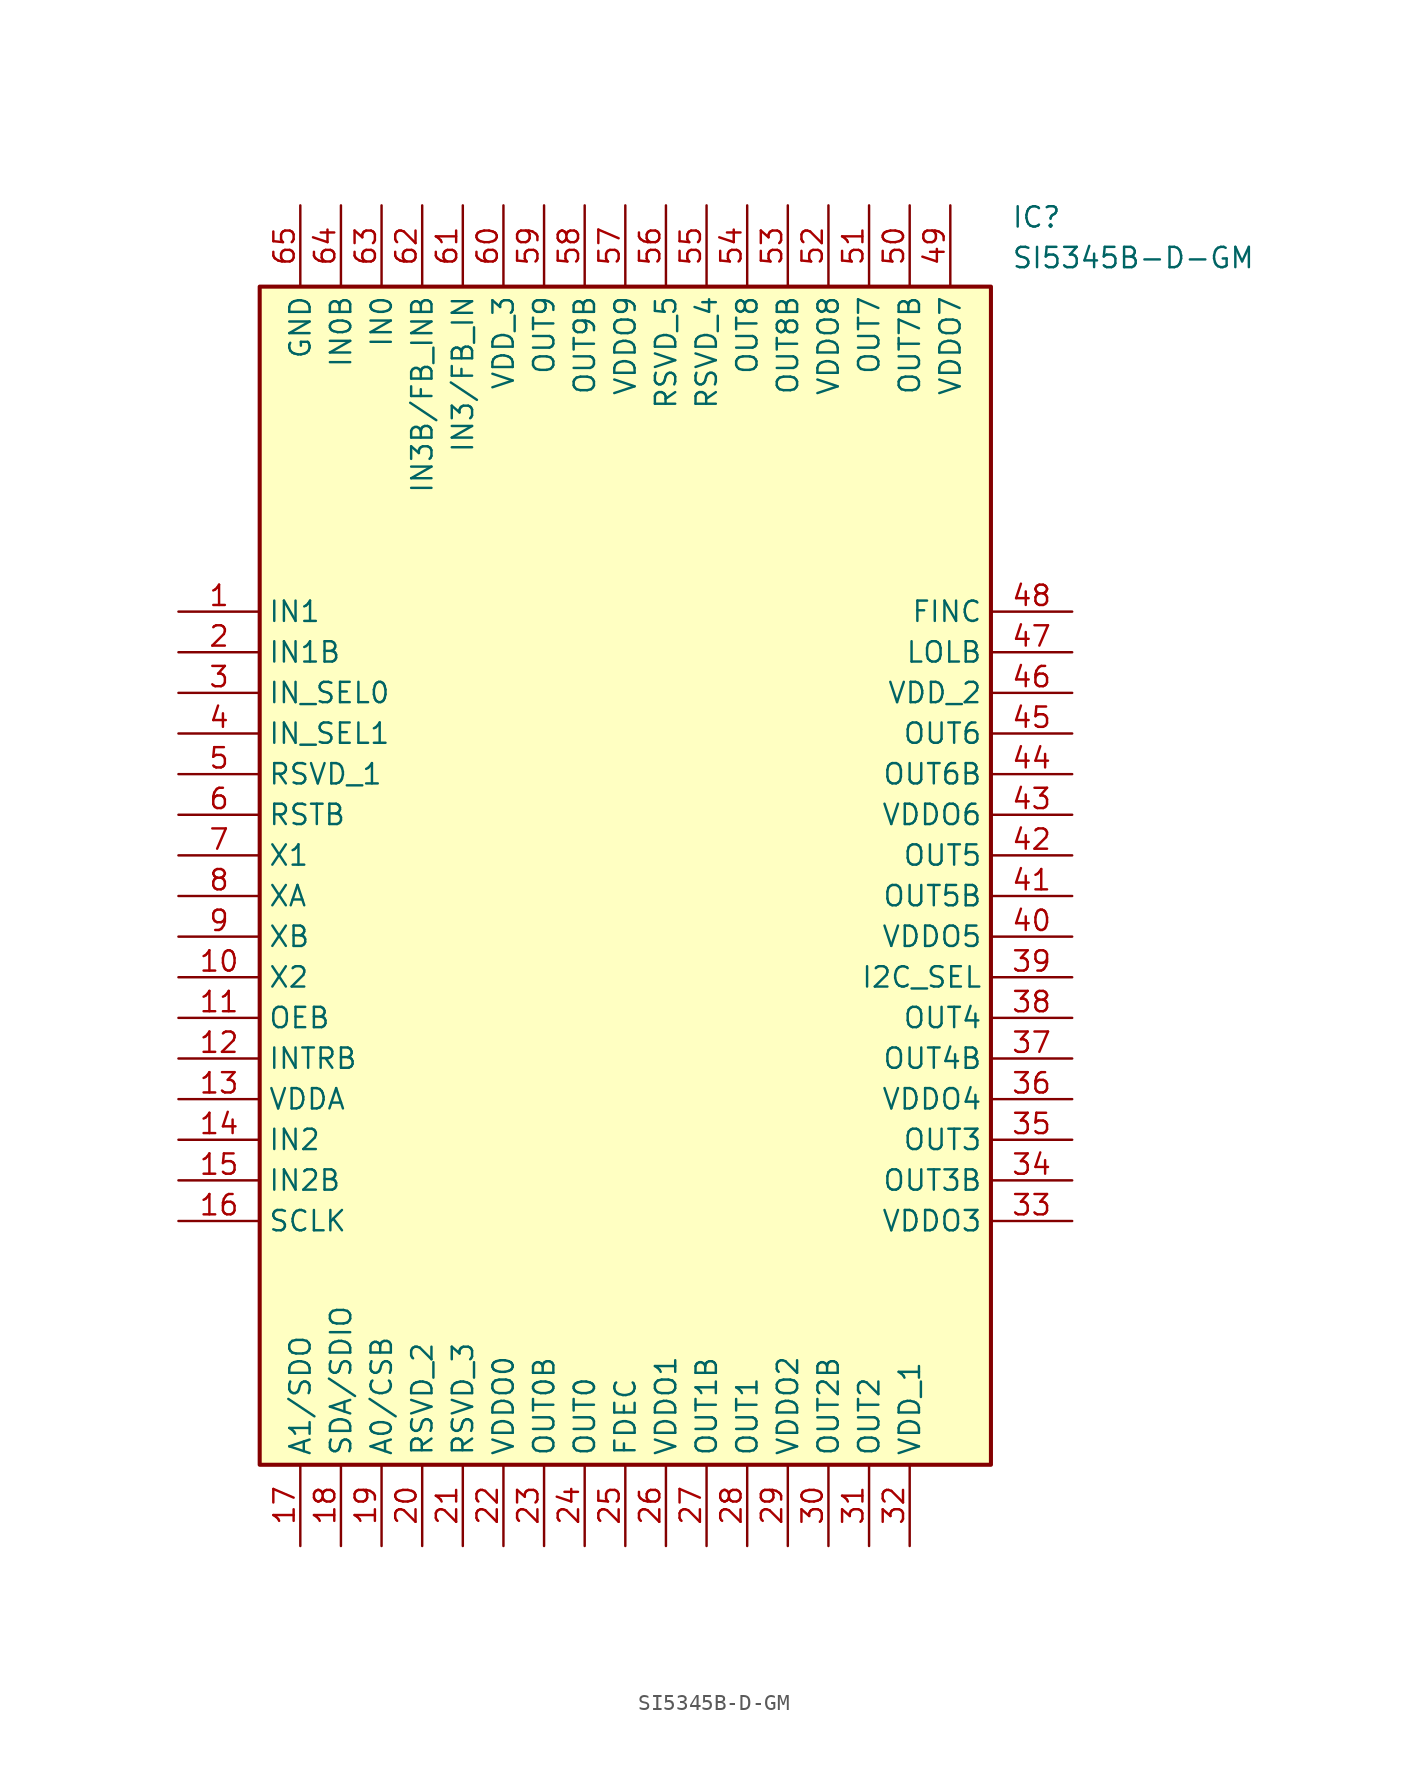
<source format=kicad_sym>
(kicad_symbol_lib
  (version 20211014)
  (generator SamacSys_ECAD_Model)
  (symbol "SI5345B-D-GM"
    (property "Reference" "IC"
      (at 52.07 25.4 0)
      (effects (font (size 1.27 1.27)) (justify left top)))
    (property "Value" "SI5345B-D-GM"
      (at 52.07 22.86 0)
      (effects (font (size 1.27 1.27)) (justify left top)))
    (rectangle
      (start 5.08 20.32)
      (end 50.8 -53.34)
      (stroke (width 0.254) (type default))
      (fill (type background)))
    (pin passive line
      (at 0 0 0)
      (length 5.08)
      (name "IN1" (effects (font (size 1.27 1.27))))
      (number "1" (effects (font (size 1.27 1.27)))))
    (pin passive line
      (at 0 -2.54 0)
      (length 5.08)
      (name "IN1B" (effects (font (size 1.27 1.27))))
      (number "2" (effects (font (size 1.27 1.27)))))
    (pin passive line
      (at 0 -5.08 0)
      (length 5.08)
      (name "IN_SEL0" (effects (font (size 1.27 1.27))))
      (number "3" (effects (font (size 1.27 1.27)))))
    (pin passive line
      (at 0 -7.62 0)
      (length 5.08)
      (name "IN_SEL1" (effects (font (size 1.27 1.27))))
      (number "4" (effects (font (size 1.27 1.27)))))
    (pin passive line
      (at 0 -10.16 0)
      (length 5.08)
      (name "RSVD_1" (effects (font (size 1.27 1.27))))
      (number "5" (effects (font (size 1.27 1.27)))))
    (pin passive line
      (at 0 -12.7 0)
      (length 5.08)
      (name "RSTB" (effects (font (size 1.27 1.27))))
      (number "6" (effects (font (size 1.27 1.27)))))
    (pin passive line
      (at 0 -15.24 0)
      (length 5.08)
      (name "X1" (effects (font (size 1.27 1.27))))
      (number "7" (effects (font (size 1.27 1.27)))))
    (pin passive line
      (at 0 -17.78 0)
      (length 5.08)
      (name "XA" (effects (font (size 1.27 1.27))))
      (number "8" (effects (font (size 1.27 1.27)))))
    (pin passive line
      (at 0 -20.32 0)
      (length 5.08)
      (name "XB" (effects (font (size 1.27 1.27))))
      (number "9" (effects (font (size 1.27 1.27)))))
    (pin passive line
      (at 0 -22.86 0)
      (length 5.08)
      (name "X2" (effects (font (size 1.27 1.27))))
      (number "10" (effects (font (size 1.27 1.27)))))
    (pin passive line
      (at 0 -25.4 0)
      (length 5.08)
      (name "OEB" (effects (font (size 1.27 1.27))))
      (number "11" (effects (font (size 1.27 1.27)))))
    (pin passive line
      (at 0 -27.94 0)
      (length 5.08)
      (name "INTRB" (effects (font (size 1.27 1.27))))
      (number "12" (effects (font (size 1.27 1.27)))))
    (pin passive line
      (at 0 -30.48 0)
      (length 5.08)
      (name "VDDA" (effects (font (size 1.27 1.27))))
      (number "13" (effects (font (size 1.27 1.27)))))
    (pin passive line
      (at 0 -33.02 0)
      (length 5.08)
      (name "IN2" (effects (font (size 1.27 1.27))))
      (number "14" (effects (font (size 1.27 1.27)))))
    (pin passive line
      (at 0 -35.56 0)
      (length 5.08)
      (name "IN2B" (effects (font (size 1.27 1.27))))
      (number "15" (effects (font (size 1.27 1.27)))))
    (pin passive line
      (at 0 -38.1 0)
      (length 5.08)
      (name "SCLK" (effects (font (size 1.27 1.27))))
      (number "16" (effects (font (size 1.27 1.27)))))
    (pin passive line
      (at 7.62 -58.42 90)
      (length 5.08)
      (name "A1/SDO" (effects (font (size 1.27 1.27))))
      (number "17" (effects (font (size 1.27 1.27)))))
    (pin passive line
      (at 10.16 -58.42 90)
      (length 5.08)
      (name "SDA/SDIO" (effects (font (size 1.27 1.27))))
      (number "18" (effects (font (size 1.27 1.27)))))
    (pin passive line
      (at 12.7 -58.42 90)
      (length 5.08)
      (name "A0/CSB" (effects (font (size 1.27 1.27))))
      (number "19" (effects (font (size 1.27 1.27)))))
    (pin passive line
      (at 15.24 -58.42 90)
      (length 5.08)
      (name "RSVD_2" (effects (font (size 1.27 1.27))))
      (number "20" (effects (font (size 1.27 1.27)))))
    (pin passive line
      (at 17.78 -58.42 90)
      (length 5.08)
      (name "RSVD_3" (effects (font (size 1.27 1.27))))
      (number "21" (effects (font (size 1.27 1.27)))))
    (pin passive line
      (at 20.32 -58.42 90)
      (length 5.08)
      (name "VDDO0" (effects (font (size 1.27 1.27))))
      (number "22" (effects (font (size 1.27 1.27)))))
    (pin passive line
      (at 22.86 -58.42 90)
      (length 5.08)
      (name "OUT0B" (effects (font (size 1.27 1.27))))
      (number "23" (effects (font (size 1.27 1.27)))))
    (pin passive line
      (at 25.4 -58.42 90)
      (length 5.08)
      (name "OUT0" (effects (font (size 1.27 1.27))))
      (number "24" (effects (font (size 1.27 1.27)))))
    (pin passive line
      (at 27.94 -58.42 90)
      (length 5.08)
      (name "FDEC" (effects (font (size 1.27 1.27))))
      (number "25" (effects (font (size 1.27 1.27)))))
    (pin passive line
      (at 30.48 -58.42 90)
      (length 5.08)
      (name "VDDO1" (effects (font (size 1.27 1.27))))
      (number "26" (effects (font (size 1.27 1.27)))))
    (pin passive line
      (at 33.02 -58.42 90)
      (length 5.08)
      (name "OUT1B" (effects (font (size 1.27 1.27))))
      (number "27" (effects (font (size 1.27 1.27)))))
    (pin passive line
      (at 35.56 -58.42 90)
      (length 5.08)
      (name "OUT1" (effects (font (size 1.27 1.27))))
      (number "28" (effects (font (size 1.27 1.27)))))
    (pin passive line
      (at 38.1 -58.42 90)
      (length 5.08)
      (name "VDDO2" (effects (font (size 1.27 1.27))))
      (number "29" (effects (font (size 1.27 1.27)))))
    (pin passive line
      (at 40.64 -58.42 90)
      (length 5.08)
      (name "OUT2B" (effects (font (size 1.27 1.27))))
      (number "30" (effects (font (size 1.27 1.27)))))
    (pin passive line
      (at 43.18 -58.42 90)
      (length 5.08)
      (name "OUT2" (effects (font (size 1.27 1.27))))
      (number "31" (effects (font (size 1.27 1.27)))))
    (pin passive line
      (at 45.72 -58.42 90)
      (length 5.08)
      (name "VDD_1" (effects (font (size 1.27 1.27))))
      (number "32" (effects (font (size 1.27 1.27)))))
    (pin passive line
      (at 55.88 0 180)
      (length 5.08)
      (name "FINC" (effects (font (size 1.27 1.27))))
      (number "48" (effects (font (size 1.27 1.27)))))
    (pin passive line
      (at 55.88 -2.54 180)
      (length 5.08)
      (name "LOLB" (effects (font (size 1.27 1.27))))
      (number "47" (effects (font (size 1.27 1.27)))))
    (pin passive line
      (at 55.88 -5.08 180)
      (length 5.08)
      (name "VDD_2" (effects (font (size 1.27 1.27))))
      (number "46" (effects (font (size 1.27 1.27)))))
    (pin passive line
      (at 55.88 -7.62 180)
      (length 5.08)
      (name "OUT6" (effects (font (size 1.27 1.27))))
      (number "45" (effects (font (size 1.27 1.27)))))
    (pin passive line
      (at 55.88 -10.16 180)
      (length 5.08)
      (name "OUT6B" (effects (font (size 1.27 1.27))))
      (number "44" (effects (font (size 1.27 1.27)))))
    (pin passive line
      (at 55.88 -12.7 180)
      (length 5.08)
      (name "VDDO6" (effects (font (size 1.27 1.27))))
      (number "43" (effects (font (size 1.27 1.27)))))
    (pin passive line
      (at 55.88 -15.24 180)
      (length 5.08)
      (name "OUT5" (effects (font (size 1.27 1.27))))
      (number "42" (effects (font (size 1.27 1.27)))))
    (pin passive line
      (at 55.88 -17.78 180)
      (length 5.08)
      (name "OUT5B" (effects (font (size 1.27 1.27))))
      (number "41" (effects (font (size 1.27 1.27)))))
    (pin passive line
      (at 55.88 -20.32 180)
      (length 5.08)
      (name "VDDO5" (effects (font (size 1.27 1.27))))
      (number "40" (effects (font (size 1.27 1.27)))))
    (pin passive line
      (at 55.88 -22.86 180)
      (length 5.08)
      (name "I2C_SEL" (effects (font (size 1.27 1.27))))
      (number "39" (effects (font (size 1.27 1.27)))))
    (pin passive line
      (at 55.88 -25.4 180)
      (length 5.08)
      (name "OUT4" (effects (font (size 1.27 1.27))))
      (number "38" (effects (font (size 1.27 1.27)))))
    (pin passive line
      (at 55.88 -27.94 180)
      (length 5.08)
      (name "OUT4B" (effects (font (size 1.27 1.27))))
      (number "37" (effects (font (size 1.27 1.27)))))
    (pin passive line
      (at 55.88 -30.48 180)
      (length 5.08)
      (name "VDDO4" (effects (font (size 1.27 1.27))))
      (number "36" (effects (font (size 1.27 1.27)))))
    (pin passive line
      (at 55.88 -33.02 180)
      (length 5.08)
      (name "OUT3" (effects (font (size 1.27 1.27))))
      (number "35" (effects (font (size 1.27 1.27)))))
    (pin passive line
      (at 55.88 -35.56 180)
      (length 5.08)
      (name "OUT3B" (effects (font (size 1.27 1.27))))
      (number "34" (effects (font (size 1.27 1.27)))))
    (pin passive line
      (at 55.88 -38.1 180)
      (length 5.08)
      (name "VDDO3" (effects (font (size 1.27 1.27))))
      (number "33" (effects (font (size 1.27 1.27)))))
    (pin passive line
      (at 7.62 25.4 270)
      (length 5.08)
      (name "GND" (effects (font (size 1.27 1.27))))
      (number "65" (effects (font (size 1.27 1.27)))))
    (pin passive line
      (at 10.16 25.4 270)
      (length 5.08)
      (name "IN0B" (effects (font (size 1.27 1.27))))
      (number "64" (effects (font (size 1.27 1.27)))))
    (pin passive line
      (at 12.7 25.4 270)
      (length 5.08)
      (name "IN0" (effects (font (size 1.27 1.27))))
      (number "63" (effects (font (size 1.27 1.27)))))
    (pin passive line
      (at 15.24 25.4 270)
      (length 5.08)
      (name "IN3B/FB_INB" (effects (font (size 1.27 1.27))))
      (number "62" (effects (font (size 1.27 1.27)))))
    (pin passive line
      (at 17.78 25.4 270)
      (length 5.08)
      (name "IN3/FB_IN" (effects (font (size 1.27 1.27))))
      (number "61" (effects (font (size 1.27 1.27)))))
    (pin passive line
      (at 20.32 25.4 270)
      (length 5.08)
      (name "VDD_3" (effects (font (size 1.27 1.27))))
      (number "60" (effects (font (size 1.27 1.27)))))
    (pin passive line
      (at 22.86 25.4 270)
      (length 5.08)
      (name "OUT9" (effects (font (size 1.27 1.27))))
      (number "59" (effects (font (size 1.27 1.27)))))
    (pin passive line
      (at 25.4 25.4 270)
      (length 5.08)
      (name "OUT9B" (effects (font (size 1.27 1.27))))
      (number "58" (effects (font (size 1.27 1.27)))))
    (pin passive line
      (at 27.94 25.4 270)
      (length 5.08)
      (name "VDDO9" (effects (font (size 1.27 1.27))))
      (number "57" (effects (font (size 1.27 1.27)))))
    (pin passive line
      (at 30.48 25.4 270)
      (length 5.08)
      (name "RSVD_5" (effects (font (size 1.27 1.27))))
      (number "56" (effects (font (size 1.27 1.27)))))
    (pin passive line
      (at 33.02 25.4 270)
      (length 5.08)
      (name "RSVD_4" (effects (font (size 1.27 1.27))))
      (number "55" (effects (font (size 1.27 1.27)))))
    (pin passive line
      (at 35.56 25.4 270)
      (length 5.08)
      (name "OUT8" (effects (font (size 1.27 1.27))))
      (number "54" (effects (font (size 1.27 1.27)))))
    (pin passive line
      (at 38.1 25.4 270)
      (length 5.08)
      (name "OUT8B" (effects (font (size 1.27 1.27))))
      (number "53" (effects (font (size 1.27 1.27)))))
    (pin passive line
      (at 40.64 25.4 270)
      (length 5.08)
      (name "VDDO8" (effects (font (size 1.27 1.27))))
      (number "52" (effects (font (size 1.27 1.27)))))
    (pin passive line
      (at 43.18 25.4 270)
      (length 5.08)
      (name "OUT7" (effects (font (size 1.27 1.27))))
      (number "51" (effects (font (size 1.27 1.27)))))
    (pin passive line
      (at 45.72 25.4 270)
      (length 5.08)
      (name "OUT7B" (effects (font (size 1.27 1.27))))
      (number "50" (effects (font (size 1.27 1.27)))))
    (pin passive line
      (at 48.26 25.4 270)
      (length 5.08)
      (name "VDDO7" (effects (font (size 1.27 1.27))))
      (number "49" (effects (font (size 1.27 1.27)))))))
</source>
